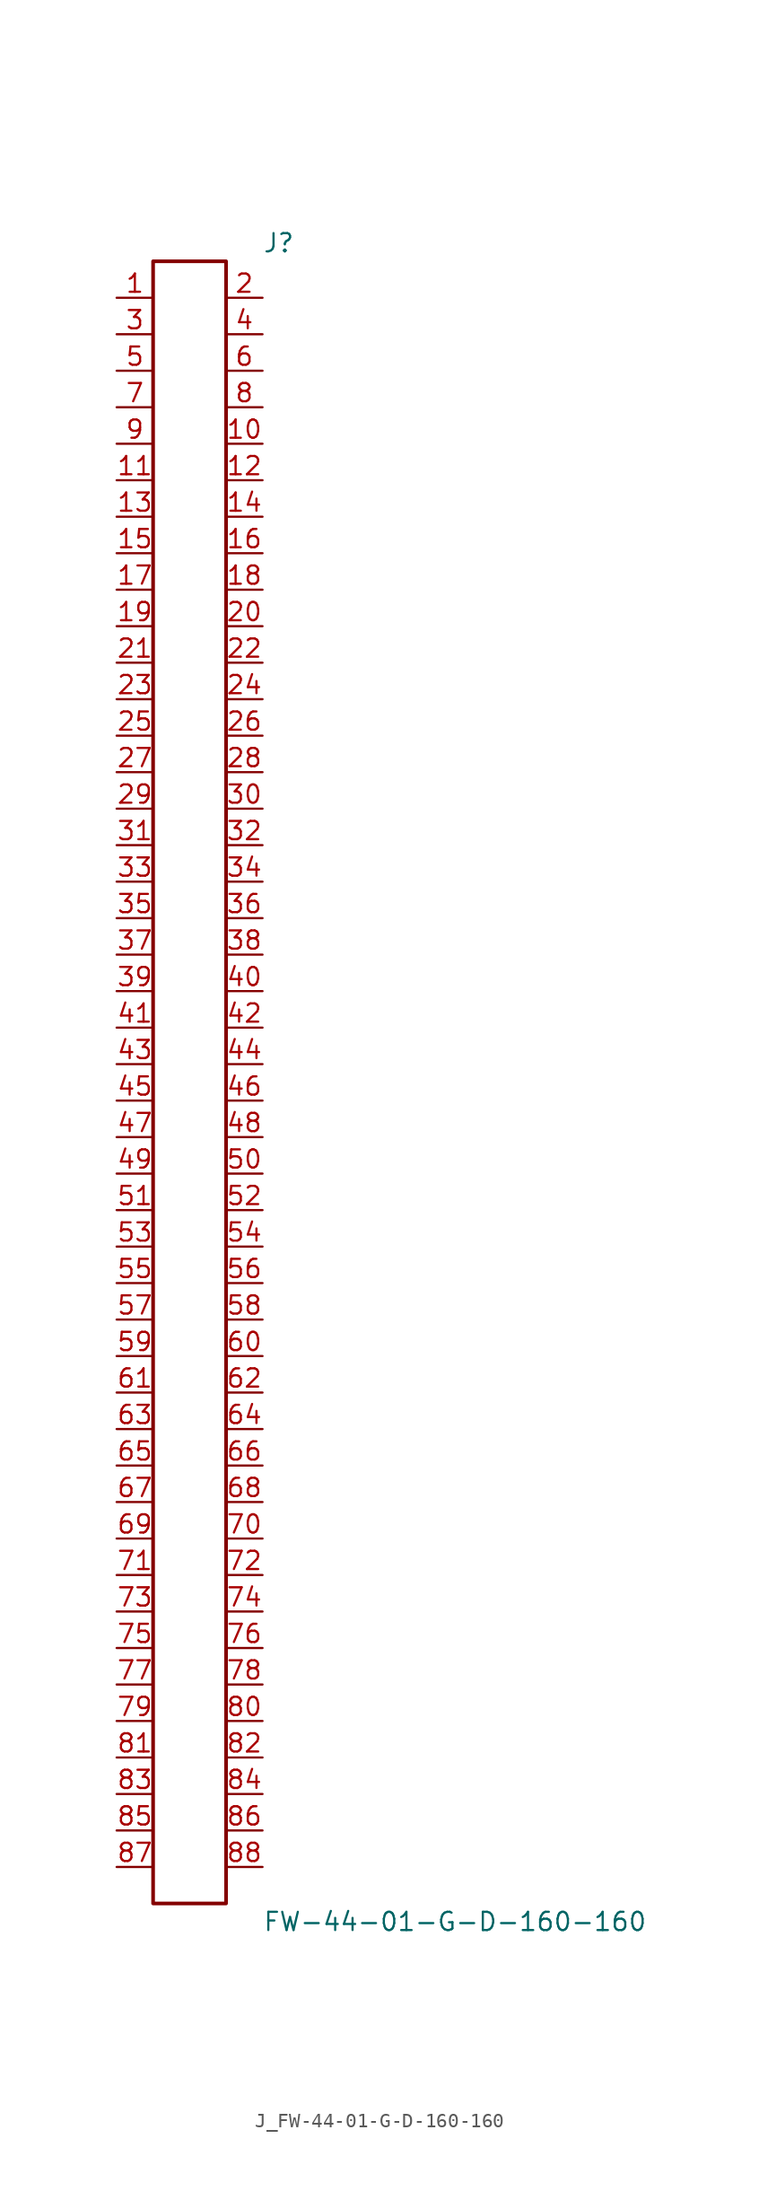
<source format=kicad_sym>
(kicad_symbol_lib
  (version 20231120)
  (generator kicad_symbol_editor)
  (generator_version 8.0)
  (symbol "J_FW-44-01-G-D-160-160"
    (pin_names
      (offset 0.254))
    (property "Reference" "J"
      (at 5.08 58.42 0)
      (effects (font (size 1.27 1.27)) (justify left)))
    (property "Value" "FW-44-01-G-D-160-160"
      (at 5.08 -58.42 0)
      (effects (font (size 1.27 1.27)) (justify left)))
    (symbol "J_FW-44-01-G-D-160-160_0_0"
      (pin unspecified line (at -5.08 54.61 0) (length 2.54) (name "" (effects (font (size 1.27 1.27)))) (number "1" (effects (font (size 1.27 1.27)))))
      (pin unspecified line (at 5.08 54.61 180) (length 2.54) (name "" (effects (font (size 1.27 1.27)))) (number "2" (effects (font (size 1.27 1.27)))))
      (pin unspecified line (at -5.08 52.07 0) (length 2.54) (name "" (effects (font (size 1.27 1.27)))) (number "3" (effects (font (size 1.27 1.27)))))
      (pin unspecified line (at 5.08 52.07 180) (length 2.54) (name "" (effects (font (size 1.27 1.27)))) (number "4" (effects (font (size 1.27 1.27)))))
      (pin unspecified line (at -5.08 49.53 0) (length 2.54) (name "" (effects (font (size 1.27 1.27)))) (number "5" (effects (font (size 1.27 1.27)))))
      (pin unspecified line (at 5.08 49.53 180) (length 2.54) (name "" (effects (font (size 1.27 1.27)))) (number "6" (effects (font (size 1.27 1.27)))))
      (pin unspecified line (at -5.08 46.99 0) (length 2.54) (name "" (effects (font (size 1.27 1.27)))) (number "7" (effects (font (size 1.27 1.27)))))
      (pin unspecified line (at 5.08 46.99 180) (length 2.54) (name "" (effects (font (size 1.27 1.27)))) (number "8" (effects (font (size 1.27 1.27)))))
      (pin unspecified line (at -5.08 44.45 0) (length 2.54) (name "" (effects (font (size 1.27 1.27)))) (number "9" (effects (font (size 1.27 1.27)))))
      (pin unspecified line (at 5.08 44.45 180) (length 2.54) (name "" (effects (font (size 1.27 1.27)))) (number "10" (effects (font (size 1.27 1.27)))))
      (pin unspecified line (at -5.08 41.91 0) (length 2.54) (name "" (effects (font (size 1.27 1.27)))) (number "11" (effects (font (size 1.27 1.27)))))
      (pin unspecified line (at 5.08 41.91 180) (length 2.54) (name "" (effects (font (size 1.27 1.27)))) (number "12" (effects (font (size 1.27 1.27)))))
      (pin unspecified line (at -5.08 39.37 0) (length 2.54) (name "" (effects (font (size 1.27 1.27)))) (number "13" (effects (font (size 1.27 1.27)))))
      (pin unspecified line (at 5.08 39.37 180) (length 2.54) (name "" (effects (font (size 1.27 1.27)))) (number "14" (effects (font (size 1.27 1.27)))))
      (pin unspecified line (at -5.08 36.83 0) (length 2.54) (name "" (effects (font (size 1.27 1.27)))) (number "15" (effects (font (size 1.27 1.27)))))
      (pin unspecified line (at 5.08 36.83 180) (length 2.54) (name "" (effects (font (size 1.27 1.27)))) (number "16" (effects (font (size 1.27 1.27)))))
      (pin unspecified line (at -5.08 34.29 0) (length 2.54) (name "" (effects (font (size 1.27 1.27)))) (number "17" (effects (font (size 1.27 1.27)))))
      (pin unspecified line (at 5.08 34.29 180) (length 2.54) (name "" (effects (font (size 1.27 1.27)))) (number "18" (effects (font (size 1.27 1.27)))))
      (pin unspecified line (at -5.08 31.75 0) (length 2.54) (name "" (effects (font (size 1.27 1.27)))) (number "19" (effects (font (size 1.27 1.27)))))
      (pin unspecified line (at 5.08 31.75 180) (length 2.54) (name "" (effects (font (size 1.27 1.27)))) (number "20" (effects (font (size 1.27 1.27)))))
      (pin unspecified line (at -5.08 29.21 0) (length 2.54) (name "" (effects (font (size 1.27 1.27)))) (number "21" (effects (font (size 1.27 1.27)))))
      (pin unspecified line (at 5.08 29.21 180) (length 2.54) (name "" (effects (font (size 1.27 1.27)))) (number "22" (effects (font (size 1.27 1.27)))))
      (pin unspecified line (at -5.08 26.67 0) (length 2.54) (name "" (effects (font (size 1.27 1.27)))) (number "23" (effects (font (size 1.27 1.27)))))
      (pin unspecified line (at 5.08 26.67 180) (length 2.54) (name "" (effects (font (size 1.27 1.27)))) (number "24" (effects (font (size 1.27 1.27)))))
      (pin unspecified line (at -5.08 24.13 0) (length 2.54) (name "" (effects (font (size 1.27 1.27)))) (number "25" (effects (font (size 1.27 1.27)))))
      (pin unspecified line (at 5.08 24.13 180) (length 2.54) (name "" (effects (font (size 1.27 1.27)))) (number "26" (effects (font (size 1.27 1.27)))))
      (pin unspecified line (at -5.08 21.59 0) (length 2.54) (name "" (effects (font (size 1.27 1.27)))) (number "27" (effects (font (size 1.27 1.27)))))
      (pin unspecified line (at 5.08 21.59 180) (length 2.54) (name "" (effects (font (size 1.27 1.27)))) (number "28" (effects (font (size 1.27 1.27)))))
      (pin unspecified line (at -5.08 19.05 0) (length 2.54) (name "" (effects (font (size 1.27 1.27)))) (number "29" (effects (font (size 1.27 1.27)))))
      (pin unspecified line (at 5.08 19.05 180) (length 2.54) (name "" (effects (font (size 1.27 1.27)))) (number "30" (effects (font (size 1.27 1.27)))))
      (pin unspecified line (at -5.08 16.51 0) (length 2.54) (name "" (effects (font (size 1.27 1.27)))) (number "31" (effects (font (size 1.27 1.27)))))
      (pin unspecified line (at 5.08 16.51 180) (length 2.54) (name "" (effects (font (size 1.27 1.27)))) (number "32" (effects (font (size 1.27 1.27)))))
      (pin unspecified line (at -5.08 13.97 0) (length 2.54) (name "" (effects (font (size 1.27 1.27)))) (number "33" (effects (font (size 1.27 1.27)))))
      (pin unspecified line (at 5.08 13.97 180) (length 2.54) (name "" (effects (font (size 1.27 1.27)))) (number "34" (effects (font (size 1.27 1.27)))))
      (pin unspecified line (at -5.08 11.43 0) (length 2.54) (name "" (effects (font (size 1.27 1.27)))) (number "35" (effects (font (size 1.27 1.27)))))
      (pin unspecified line (at 5.08 11.43 180) (length 2.54) (name "" (effects (font (size 1.27 1.27)))) (number "36" (effects (font (size 1.27 1.27)))))
      (pin unspecified line (at -5.08 8.89 0) (length 2.54) (name "" (effects (font (size 1.27 1.27)))) (number "37" (effects (font (size 1.27 1.27)))))
      (pin unspecified line (at 5.08 8.89 180) (length 2.54) (name "" (effects (font (size 1.27 1.27)))) (number "38" (effects (font (size 1.27 1.27)))))
      (pin unspecified line (at -5.08 6.35 0) (length 2.54) (name "" (effects (font (size 1.27 1.27)))) (number "39" (effects (font (size 1.27 1.27)))))
      (pin unspecified line (at 5.08 6.35 180) (length 2.54) (name "" (effects (font (size 1.27 1.27)))) (number "40" (effects (font (size 1.27 1.27)))))
      (pin unspecified line (at -5.08 3.81 0) (length 2.54) (name "" (effects (font (size 1.27 1.27)))) (number "41" (effects (font (size 1.27 1.27)))))
      (pin unspecified line (at 5.08 3.81 180) (length 2.54) (name "" (effects (font (size 1.27 1.27)))) (number "42" (effects (font (size 1.27 1.27)))))
      (pin unspecified line (at -5.08 1.27 0) (length 2.54) (name "" (effects (font (size 1.27 1.27)))) (number "43" (effects (font (size 1.27 1.27)))))
      (pin unspecified line (at 5.08 1.27 180) (length 2.54) (name "" (effects (font (size 1.27 1.27)))) (number "44" (effects (font (size 1.27 1.27)))))
      (pin unspecified line (at -5.08 -1.27 0) (length 2.54) (name "" (effects (font (size 1.27 1.27)))) (number "45" (effects (font (size 1.27 1.27)))))
      (pin unspecified line (at 5.08 -1.27 180) (length 2.54) (name "" (effects (font (size 1.27 1.27)))) (number "46" (effects (font (size 1.27 1.27)))))
      (pin unspecified line (at -5.08 -3.81 0) (length 2.54) (name "" (effects (font (size 1.27 1.27)))) (number "47" (effects (font (size 1.27 1.27)))))
      (pin unspecified line (at 5.08 -3.81 180) (length 2.54) (name "" (effects (font (size 1.27 1.27)))) (number "48" (effects (font (size 1.27 1.27)))))
      (pin unspecified line (at -5.08 -6.35 0) (length 2.54) (name "" (effects (font (size 1.27 1.27)))) (number "49" (effects (font (size 1.27 1.27)))))
      (pin unspecified line (at 5.08 -6.35 180) (length 2.54) (name "" (effects (font (size 1.27 1.27)))) (number "50" (effects (font (size 1.27 1.27)))))
      (pin unspecified line (at -5.08 -8.89 0) (length 2.54) (name "" (effects (font (size 1.27 1.27)))) (number "51" (effects (font (size 1.27 1.27)))))
      (pin unspecified line (at 5.08 -8.89 180) (length 2.54) (name "" (effects (font (size 1.27 1.27)))) (number "52" (effects (font (size 1.27 1.27)))))
      (pin unspecified line (at -5.08 -11.43 0) (length 2.54) (name "" (effects (font (size 1.27 1.27)))) (number "53" (effects (font (size 1.27 1.27)))))
      (pin unspecified line (at 5.08 -11.43 180) (length 2.54) (name "" (effects (font (size 1.27 1.27)))) (number "54" (effects (font (size 1.27 1.27)))))
      (pin unspecified line (at -5.08 -13.97 0) (length 2.54) (name "" (effects (font (size 1.27 1.27)))) (number "55" (effects (font (size 1.27 1.27)))))
      (pin unspecified line (at 5.08 -13.97 180) (length 2.54) (name "" (effects (font (size 1.27 1.27)))) (number "56" (effects (font (size 1.27 1.27)))))
      (pin unspecified line (at -5.08 -16.51 0) (length 2.54) (name "" (effects (font (size 1.27 1.27)))) (number "57" (effects (font (size 1.27 1.27)))))
      (pin unspecified line (at 5.08 -16.51 180) (length 2.54) (name "" (effects (font (size 1.27 1.27)))) (number "58" (effects (font (size 1.27 1.27)))))
      (pin unspecified line (at -5.08 -19.05 0) (length 2.54) (name "" (effects (font (size 1.27 1.27)))) (number "59" (effects (font (size 1.27 1.27)))))
      (pin unspecified line (at 5.08 -19.05 180) (length 2.54) (name "" (effects (font (size 1.27 1.27)))) (number "60" (effects (font (size 1.27 1.27)))))
      (pin unspecified line (at -5.08 -21.59 0) (length 2.54) (name "" (effects (font (size 1.27 1.27)))) (number "61" (effects (font (size 1.27 1.27)))))
      (pin unspecified line (at 5.08 -21.59 180) (length 2.54) (name "" (effects (font (size 1.27 1.27)))) (number "62" (effects (font (size 1.27 1.27)))))
      (pin unspecified line (at -5.08 -24.13 0) (length 2.54) (name "" (effects (font (size 1.27 1.27)))) (number "63" (effects (font (size 1.27 1.27)))))
      (pin unspecified line (at 5.08 -24.13 180) (length 2.54) (name "" (effects (font (size 1.27 1.27)))) (number "64" (effects (font (size 1.27 1.27)))))
      (pin unspecified line (at -5.08 -26.67 0) (length 2.54) (name "" (effects (font (size 1.27 1.27)))) (number "65" (effects (font (size 1.27 1.27)))))
      (pin unspecified line (at 5.08 -26.67 180) (length 2.54) (name "" (effects (font (size 1.27 1.27)))) (number "66" (effects (font (size 1.27 1.27)))))
      (pin unspecified line (at -5.08 -29.21 0) (length 2.54) (name "" (effects (font (size 1.27 1.27)))) (number "67" (effects (font (size 1.27 1.27)))))
      (pin unspecified line (at 5.08 -29.21 180) (length 2.54) (name "" (effects (font (size 1.27 1.27)))) (number "68" (effects (font (size 1.27 1.27)))))
      (pin unspecified line (at -5.08 -31.75 0) (length 2.54) (name "" (effects (font (size 1.27 1.27)))) (number "69" (effects (font (size 1.27 1.27)))))
      (pin unspecified line (at 5.08 -31.75 180) (length 2.54) (name "" (effects (font (size 1.27 1.27)))) (number "70" (effects (font (size 1.27 1.27)))))
      (pin unspecified line (at -5.08 -34.29 0) (length 2.54) (name "" (effects (font (size 1.27 1.27)))) (number "71" (effects (font (size 1.27 1.27)))))
      (pin unspecified line (at 5.08 -34.29 180) (length 2.54) (name "" (effects (font (size 1.27 1.27)))) (number "72" (effects (font (size 1.27 1.27)))))
      (pin unspecified line (at -5.08 -36.83 0) (length 2.54) (name "" (effects (font (size 1.27 1.27)))) (number "73" (effects (font (size 1.27 1.27)))))
      (pin unspecified line (at 5.08 -36.83 180) (length 2.54) (name "" (effects (font (size 1.27 1.27)))) (number "74" (effects (font (size 1.27 1.27)))))
      (pin unspecified line (at -5.08 -39.37 0) (length 2.54) (name "" (effects (font (size 1.27 1.27)))) (number "75" (effects (font (size 1.27 1.27)))))
      (pin unspecified line (at 5.08 -39.37 180) (length 2.54) (name "" (effects (font (size 1.27 1.27)))) (number "76" (effects (font (size 1.27 1.27)))))
      (pin unspecified line (at -5.08 -41.91 0) (length 2.54) (name "" (effects (font (size 1.27 1.27)))) (number "77" (effects (font (size 1.27 1.27)))))
      (pin unspecified line (at 5.08 -41.91 180) (length 2.54) (name "" (effects (font (size 1.27 1.27)))) (number "78" (effects (font (size 1.27 1.27)))))
      (pin unspecified line (at -5.08 -44.45 0) (length 2.54) (name "" (effects (font (size 1.27 1.27)))) (number "79" (effects (font (size 1.27 1.27)))))
      (pin unspecified line (at 5.08 -44.45 180) (length 2.54) (name "" (effects (font (size 1.27 1.27)))) (number "80" (effects (font (size 1.27 1.27)))))
      (pin unspecified line (at -5.08 -46.99 0) (length 2.54) (name "" (effects (font (size 1.27 1.27)))) (number "81" (effects (font (size 1.27 1.27)))))
      (pin unspecified line (at 5.08 -46.99 180) (length 2.54) (name "" (effects (font (size 1.27 1.27)))) (number "82" (effects (font (size 1.27 1.27)))))
      (pin unspecified line (at -5.08 -49.53 0) (length 2.54) (name "" (effects (font (size 1.27 1.27)))) (number "83" (effects (font (size 1.27 1.27)))))
      (pin unspecified line (at 5.08 -49.53 180) (length 2.54) (name "" (effects (font (size 1.27 1.27)))) (number "84" (effects (font (size 1.27 1.27)))))
      (pin unspecified line (at -5.08 -52.07 0) (length 2.54) (name "" (effects (font (size 1.27 1.27)))) (number "85" (effects (font (size 1.27 1.27)))))
      (pin unspecified line (at 5.08 -52.07 180) (length 2.54) (name "" (effects (font (size 1.27 1.27)))) (number "86" (effects (font (size 1.27 1.27)))))
      (pin unspecified line (at -5.08 -54.61 0) (length 2.54) (name "" (effects (font (size 1.27 1.27)))) (number "87" (effects (font (size 1.27 1.27)))))
      (pin unspecified line (at 5.08 -54.61 180) (length 2.54) (name "" (effects (font (size 1.27 1.27)))) (number "88" (effects (font (size 1.27 1.27))))))
    (symbol "J_FW-44-01-G-D-160-160_1_0"
      (rectangle (start -2.54 57.15) (end 2.54 -57.15) (stroke (width 0.254) (type solid)) (fill (type none))))))
</source>
